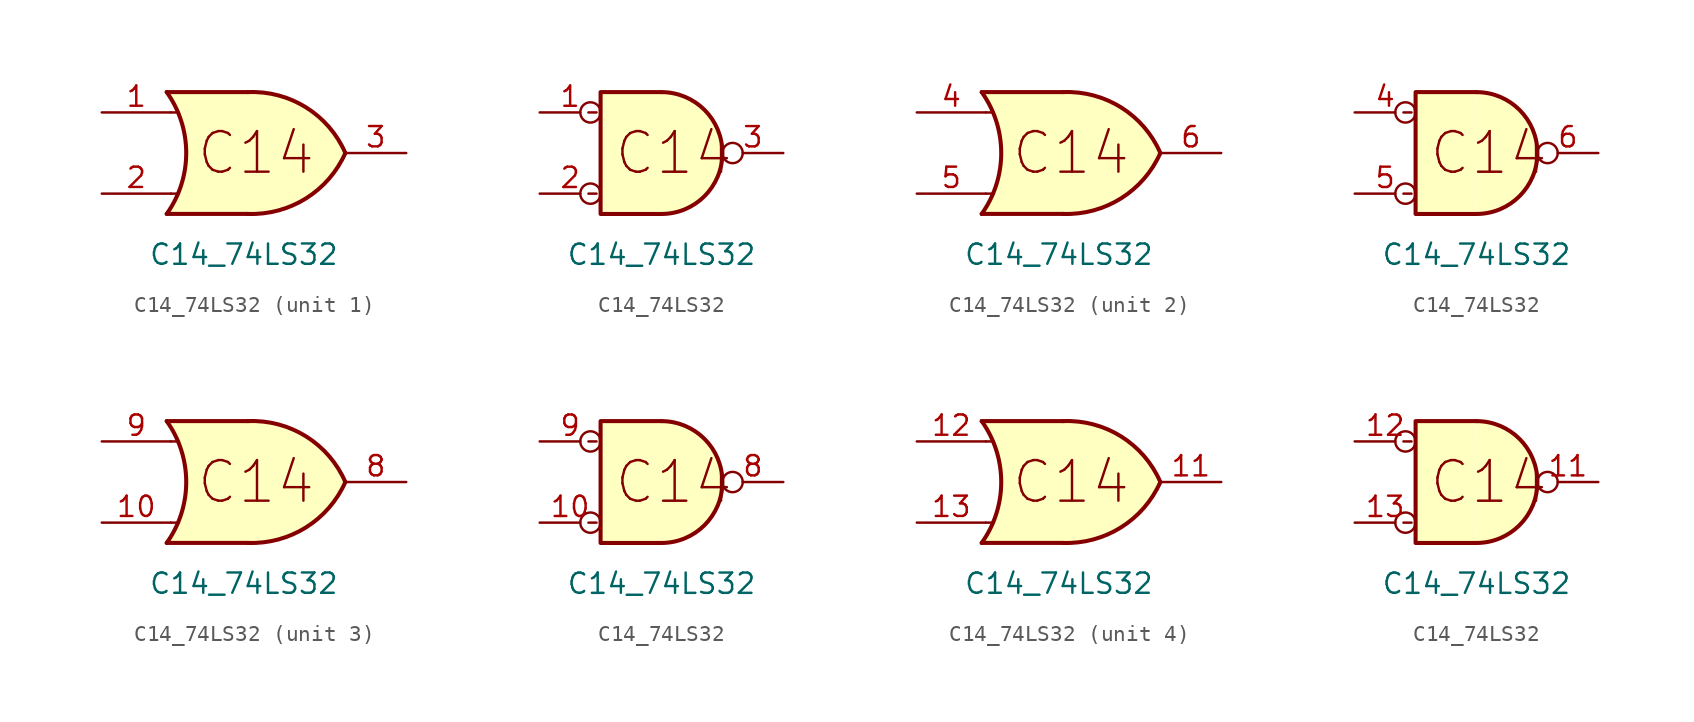
<source format=kicad_sym>
(kicad_symbol_lib
  (version 20211014)
  (generator kicad_symbol_editor)
  (symbol "C14_74LS32"
    (pin_names
      (offset 1.016))
    (property "Reference" "U"
      (at -44.45 24.13 0)
      (effects (font (size 1.27 1.27)) hide))
    (property "Value" "C14_74LS32"
      (at 0 -6.35 0)
      (effects (font (size 1.27 1.27))))
    (symbol "C14_74LS32_0_0"
      (polyline (pts (xy -4.064 -2.54) (xy -4.572 -2.54)) (stroke (width 0) (type default) (color 0 0 0 0)) (fill (type none)))
      (polyline (pts (xy -4.064 2.54) (xy -4.572 2.54)) (stroke (width 0) (type default) (color 0 0 0 0)) (fill (type none)))
      (text "C14" (at 0.762 0 0) (effects (font (size 2.54 2.54)))))
    (symbol "C14_74LS32_0_1"
      (arc (start -4.8262 -3.81) (mid -3.6052 0) (end -4.8262 3.81) (stroke (width 0.254) (type default) (color 0 0 0 0)) (fill (type none)))
      (polyline (pts (xy -4.826 -3.81) (xy 0.254 -3.81)) (stroke (width 0.254) (type default) (color 0 0 0 0)) (fill (type background)))
      (polyline (pts (xy -4.826 3.81) (xy 0.254 3.81)) (stroke (width 0.254) (type default) (color 0 0 0 0)) (fill (type background)))
      (polyline (pts (xy 0.508 3.81) (xy -4.699 3.81) (xy -4.699 3.81) (xy -4.445 3.404) (xy -3.912 2.261) (xy -3.581 1.041) (xy -3.505 -0.254) (xy -3.658 -1.499) (xy -4.064 -2.718) (xy -4.699 -3.81) (xy -4.699 -3.81) (xy 0.508 -3.81)) (stroke (width -25.4) (type default) (color 0 0 0 0)) (fill (type background)))
      (arc (start 0.254 -3.81) (mid 3.8863 -2.8398) (end 6.35 0) (stroke (width 0.254) (type default) (color 0 0 0 0)) (fill (type background)))
      (arc (start 6.35 0) (mid 3.8942 2.8525) (end 0.254 3.81) (stroke (width 0.254) (type default) (color 0 0 0 0)) (fill (type background))))
    (symbol "C14_74LS32_1_1"
      (pin input line (at -8.89 2.54 0) (length 4.318) (name "~" (effects (font (size 1.27 1.27)))) (number "1" (effects (font (size 1.27 1.27)))))
      (pin input line (at -8.89 -2.54 0) (length 4.318) (name "~" (effects (font (size 1.27 1.27)))) (number "2" (effects (font (size 1.27 1.27)))))
      (pin output line (at 10.16 0 180) (length 3.81) (name "~" (effects (font (size 1.27 1.27)))) (number "3" (effects (font (size 1.27 1.27))))))
    (symbol "C14_74LS32_1_2"
      (arc (start 0 -3.81) (mid 3.81 0) (end 0 3.81) (stroke (width 0.254) (type default) (color 0 0 0 0)) (fill (type background)))
      (polyline (pts (xy 0 3.81) (xy -3.81 3.81) (xy -3.81 -3.81) (xy 0 -3.81)) (stroke (width 0.254) (type default) (color 0 0 0 0)) (fill (type background)))
      (pin input inverted (at -7.62 2.54 0) (length 3.81) (name "~" (effects (font (size 1.27 1.27)))) (number "1" (effects (font (size 1.27 1.27)))))
      (pin input inverted (at -7.62 -2.54 0) (length 3.81) (name "~" (effects (font (size 1.27 1.27)))) (number "2" (effects (font (size 1.27 1.27)))))
      (pin output inverted (at 7.62 0 180) (length 3.81) (name "~" (effects (font (size 1.27 1.27)))) (number "3" (effects (font (size 1.27 1.27))))))
    (symbol "C14_74LS32_2_1"
      (pin input line (at -8.89 2.54 0) (length 4.318) (name "~" (effects (font (size 1.27 1.27)))) (number "4" (effects (font (size 1.27 1.27)))))
      (pin input line (at -8.89 -2.54 0) (length 4.318) (name "~" (effects (font (size 1.27 1.27)))) (number "5" (effects (font (size 1.27 1.27)))))
      (pin output line (at 10.16 0 180) (length 3.81) (name "~" (effects (font (size 1.27 1.27)))) (number "6" (effects (font (size 1.27 1.27))))))
    (symbol "C14_74LS32_2_2"
      (arc (start 0 -3.81) (mid 3.81 0) (end 0 3.81) (stroke (width 0.254) (type default) (color 0 0 0 0)) (fill (type background)))
      (polyline (pts (xy 0 3.81) (xy -3.81 3.81) (xy -3.81 -3.81) (xy 0 -3.81)) (stroke (width 0.254) (type default) (color 0 0 0 0)) (fill (type background)))
      (pin input inverted (at -7.62 2.54 0) (length 3.81) (name "~" (effects (font (size 1.27 1.27)))) (number "4" (effects (font (size 1.27 1.27)))))
      (pin input inverted (at -7.62 -2.54 0) (length 3.81) (name "~" (effects (font (size 1.27 1.27)))) (number "5" (effects (font (size 1.27 1.27)))))
      (pin output inverted (at 7.62 0 180) (length 3.81) (name "~" (effects (font (size 1.27 1.27)))) (number "6" (effects (font (size 1.27 1.27))))))
    (symbol "C14_74LS32_3_1"
      (pin input line (at -8.89 -2.54 0) (length 4.318) (name "~" (effects (font (size 1.27 1.27)))) (number "10" (effects (font (size 1.27 1.27)))))
      (pin output line (at 10.16 0 180) (length 3.81) (name "~" (effects (font (size 1.27 1.27)))) (number "8" (effects (font (size 1.27 1.27)))))
      (pin input line (at -8.89 2.54 0) (length 4.318) (name "~" (effects (font (size 1.27 1.27)))) (number "9" (effects (font (size 1.27 1.27))))))
    (symbol "C14_74LS32_3_2"
      (arc (start 0 -3.81) (mid 3.81 0) (end 0 3.81) (stroke (width 0.254) (type default) (color 0 0 0 0)) (fill (type background)))
      (polyline (pts (xy 0 3.81) (xy -3.81 3.81) (xy -3.81 -3.81) (xy 0 -3.81)) (stroke (width 0.254) (type default) (color 0 0 0 0)) (fill (type background)))
      (pin input inverted (at -7.62 -2.54 0) (length 3.81) (name "~" (effects (font (size 1.27 1.27)))) (number "10" (effects (font (size 1.27 1.27)))))
      (pin output inverted (at 7.62 0 180) (length 3.81) (name "~" (effects (font (size 1.27 1.27)))) (number "8" (effects (font (size 1.27 1.27)))))
      (pin input inverted (at -7.62 2.54 0) (length 3.81) (name "~" (effects (font (size 1.27 1.27)))) (number "9" (effects (font (size 1.27 1.27))))))
    (symbol "C14_74LS32_4_1"
      (pin output line (at 10.16 0 180) (length 3.81) (name "~" (effects (font (size 1.27 1.27)))) (number "11" (effects (font (size 1.27 1.27)))))
      (pin input line (at -8.89 2.54 0) (length 4.318) (name "~" (effects (font (size 1.27 1.27)))) (number "12" (effects (font (size 1.27 1.27)))))
      (pin input line (at -8.89 -2.54 0) (length 4.318) (name "~" (effects (font (size 1.27 1.27)))) (number "13" (effects (font (size 1.27 1.27))))))
    (symbol "C14_74LS32_4_2"
      (arc (start 0 -3.81) (mid 3.81 0) (end 0 3.81) (stroke (width 0.254) (type default) (color 0 0 0 0)) (fill (type background)))
      (polyline (pts (xy 0 3.81) (xy -3.81 3.81) (xy -3.81 -3.81) (xy 0 -3.81)) (stroke (width 0.254) (type default) (color 0 0 0 0)) (fill (type background)))
      (pin output inverted (at 7.62 0 180) (length 3.81) (name "~" (effects (font (size 1.27 1.27)))) (number "11" (effects (font (size 1.27 1.27)))))
      (pin input inverted (at -7.62 2.54 0) (length 3.81) (name "~" (effects (font (size 1.27 1.27)))) (number "12" (effects (font (size 1.27 1.27)))))
      (pin input inverted (at -7.62 -2.54 0) (length 3.81) (name "~" (effects (font (size 1.27 1.27)))) (number "13" (effects (font (size 1.27 1.27))))))))
</source>
